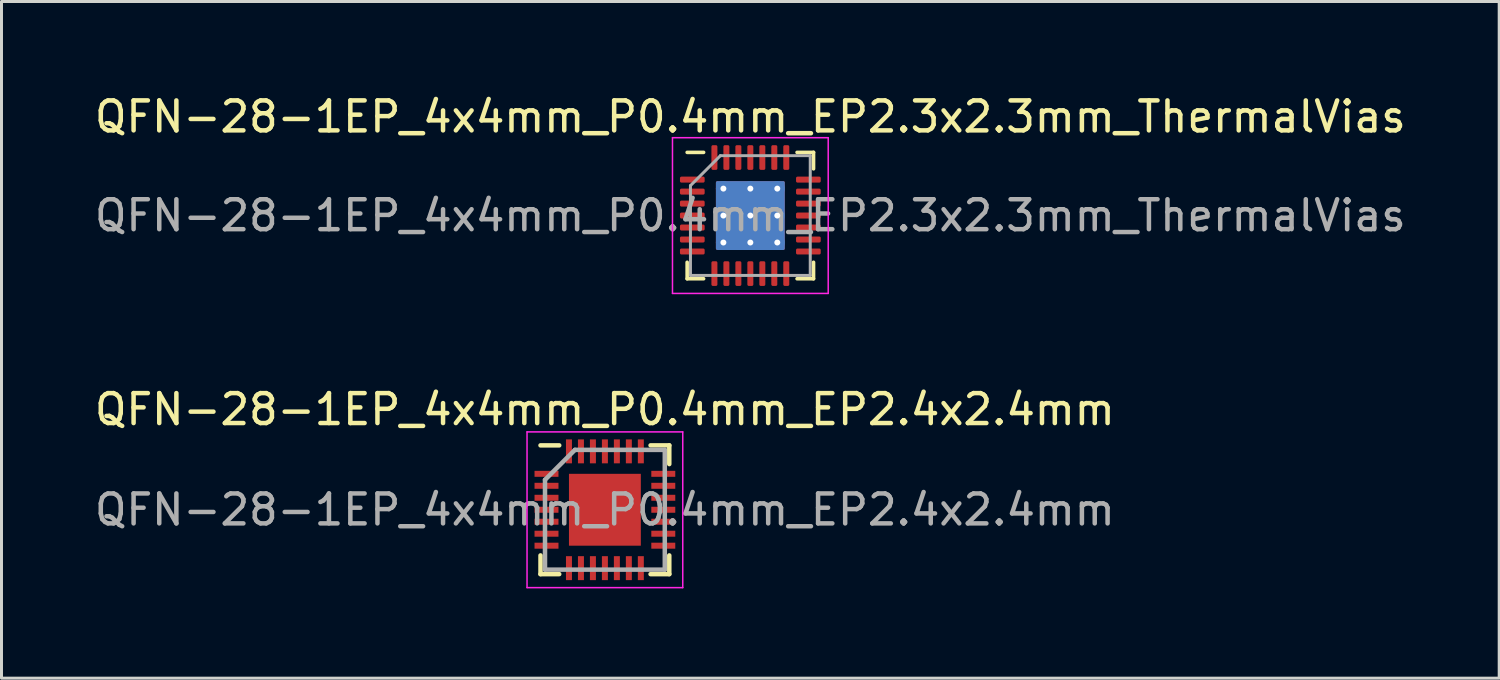
<source format=kicad_pcb>
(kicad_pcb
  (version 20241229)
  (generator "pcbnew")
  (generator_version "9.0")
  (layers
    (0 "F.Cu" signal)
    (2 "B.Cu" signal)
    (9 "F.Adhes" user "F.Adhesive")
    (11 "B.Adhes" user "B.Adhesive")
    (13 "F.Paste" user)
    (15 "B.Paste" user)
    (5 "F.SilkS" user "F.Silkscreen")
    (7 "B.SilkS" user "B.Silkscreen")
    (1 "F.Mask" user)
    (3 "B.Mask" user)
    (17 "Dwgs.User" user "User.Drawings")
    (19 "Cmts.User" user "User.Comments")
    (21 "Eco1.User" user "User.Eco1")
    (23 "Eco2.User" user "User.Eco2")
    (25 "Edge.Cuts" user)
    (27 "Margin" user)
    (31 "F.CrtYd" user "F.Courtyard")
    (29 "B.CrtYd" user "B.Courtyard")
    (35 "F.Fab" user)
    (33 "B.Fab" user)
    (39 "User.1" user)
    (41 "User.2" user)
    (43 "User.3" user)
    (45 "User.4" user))
  (footprint "QFN-28-1EP_4x4mm_P0.4mm_EP2.3x2.3mm_ThermalVias"
    (layer "F.Cu")
    (at 22.006 4.148)
    (property "Reference" "QFN-28-1EP_4x4mm_P0.4mm_EP2.3x2.3mm_ThermalVias" (at 0 -3.3 0) (layer "F.SilkS") (effects (font (size 1 1) (thickness 0.15))))
    (attr smd)
    (fp_line (start -2.11 2.11) (end -2.11 1.56) (stroke (width 0.12) (type solid)) (layer "F.SilkS"))
    (fp_line (start -1.56 -2.11) (end -2.11 -2.11) (stroke (width 0.12) (type solid)) (layer "F.SilkS"))
    (fp_line (start -1.56 2.11) (end -2.11 2.11) (stroke (width 0.12) (type solid)) (layer "F.SilkS"))
    (fp_line (start 1.56 -2.11) (end 2.11 -2.11) (stroke (width 0.12) (type solid)) (layer "F.SilkS"))
    (fp_line (start 1.56 2.11) (end 2.11 2.11) (stroke (width 0.12) (type solid)) (layer "F.SilkS"))
    (fp_line (start 2.11 -2.11) (end 2.11 -1.56) (stroke (width 0.12) (type solid)) (layer "F.SilkS"))
    (fp_line (start 2.11 2.11) (end 2.11 1.56) (stroke (width 0.12) (type solid)) (layer "F.SilkS"))
    (fp_line (start -2.6 -2.6) (end -2.6 2.6) (stroke (width 0.05) (type solid)) (layer "F.CrtYd"))
    (fp_line (start -2.6 2.6) (end 2.6 2.6) (stroke (width 0.05) (type solid)) (layer "F.CrtYd"))
    (fp_line (start 2.6 -2.6) (end -2.6 -2.6) (stroke (width 0.05) (type solid)) (layer "F.CrtYd"))
    (fp_line (start 2.6 2.6) (end 2.6 -2.6) (stroke (width 0.05) (type solid)) (layer "F.CrtYd"))
    (fp_line (start -2 -1) (end -1 -2) (stroke (width 0.1) (type solid)) (layer "F.Fab"))
    (fp_line (start -2 2) (end -2 -1) (stroke (width 0.1) (type solid)) (layer "F.Fab"))
    (fp_line (start -1 -2) (end 2 -2) (stroke (width 0.1) (type solid)) (layer "F.Fab"))
    (fp_line (start 2 -2) (end 2 2) (stroke (width 0.1) (type solid)) (layer "F.Fab"))
    (fp_line (start 2 2) (end -2 2) (stroke (width 0.1) (type solid)) (layer "F.Fab"))
    (fp_text user "${REFERENCE}" (at 0 0 0) (layer "F.Fab") (effects (font (size 1 1) (thickness 0.15))))
    (pad "" smd roundrect (at -0.575 -0.575) (size 1 1) (layers "F.Paste") (roundrect_rratio 0.25))
    (pad "" smd roundrect (at -0.575 0.575) (size 1 1) (layers "F.Paste") (roundrect_rratio 0.25))
    (pad "" smd roundrect (at 0.575 -0.575) (size 1 1) (layers "F.Paste") (roundrect_rratio 0.25))
    (pad "" smd roundrect (at 0.575 0.575) (size 1 1) (layers "F.Paste") (roundrect_rratio 0.25))
    (pad "1" smd roundrect (at -1.938 -1.2) (size 0.825 0.2) (layers "F.Cu" "F.Mask" "F.Paste") (roundrect_rratio 0.25))
    (pad "2" smd roundrect (at -1.938 -0.8) (size 0.825 0.2) (layers "F.Cu" "F.Mask" "F.Paste") (roundrect_rratio 0.25))
    (pad "3" smd roundrect (at -1.938 -0.4) (size 0.825 0.2) (layers "F.Cu" "F.Mask" "F.Paste") (roundrect_rratio 0.25))
    (pad "4" smd roundrect (at -1.938 0) (size 0.825 0.2) (layers "F.Cu" "F.Mask" "F.Paste") (roundrect_rratio 0.25))
    (pad "5" smd roundrect (at -1.938 0.4) (size 0.825 0.2) (layers "F.Cu" "F.Mask" "F.Paste") (roundrect_rratio 0.25))
    (pad "6" smd roundrect (at -1.938 0.8) (size 0.825 0.2) (layers "F.Cu" "F.Mask" "F.Paste") (roundrect_rratio 0.25))
    (pad "7" smd roundrect (at -1.938 1.2) (size 0.825 0.2) (layers "F.Cu" "F.Mask" "F.Paste") (roundrect_rratio 0.25))
    (pad "8" smd roundrect (at -1.2 1.938) (size 0.2 0.825) (layers "F.Cu" "F.Mask" "F.Paste") (roundrect_rratio 0.25))
    (pad "9" smd roundrect (at -0.8 1.938) (size 0.2 0.825) (layers "F.Cu" "F.Mask" "F.Paste") (roundrect_rratio 0.25))
    (pad "10" smd roundrect (at -0.4 1.938) (size 0.2 0.825) (layers "F.Cu" "F.Mask" "F.Paste") (roundrect_rratio 0.25))
    (pad "11" smd roundrect (at 0 1.938) (size 0.2 0.825) (layers "F.Cu" "F.Mask" "F.Paste") (roundrect_rratio 0.25))
    (pad "12" smd roundrect (at 0.4 1.938) (size 0.2 0.825) (layers "F.Cu" "F.Mask" "F.Paste") (roundrect_rratio 0.25))
    (pad "13" smd roundrect (at 0.8 1.938) (size 0.2 0.825) (layers "F.Cu" "F.Mask" "F.Paste") (roundrect_rratio 0.25))
    (pad "14" smd roundrect (at 1.2 1.938) (size 0.2 0.825) (layers "F.Cu" "F.Mask" "F.Paste") (roundrect_rratio 0.25))
    (pad "15" smd roundrect (at 1.938 1.2) (size 0.825 0.2) (layers "F.Cu" "F.Mask" "F.Paste") (roundrect_rratio 0.25))
    (pad "16" smd roundrect (at 1.938 0.8) (size 0.825 0.2) (layers "F.Cu" "F.Mask" "F.Paste") (roundrect_rratio 0.25))
    (pad "17" smd roundrect (at 1.938 0.4) (size 0.825 0.2) (layers "F.Cu" "F.Mask" "F.Paste") (roundrect_rratio 0.25))
    (pad "18" smd roundrect (at 1.938 0) (size 0.825 0.2) (layers "F.Cu" "F.Mask" "F.Paste") (roundrect_rratio 0.25))
    (pad "19" smd roundrect (at 1.938 -0.4) (size 0.825 0.2) (layers "F.Cu" "F.Mask" "F.Paste") (roundrect_rratio 0.25))
    (pad "20" smd roundrect (at 1.938 -0.8) (size 0.825 0.2) (layers "F.Cu" "F.Mask" "F.Paste") (roundrect_rratio 0.25))
    (pad "21" smd roundrect (at 1.938 -1.2) (size 0.825 0.2) (layers "F.Cu" "F.Mask" "F.Paste") (roundrect_rratio 0.25))
    (pad "22" smd roundrect (at 1.2 -1.938) (size 0.2 0.825) (layers "F.Cu" "F.Mask" "F.Paste") (roundrect_rratio 0.25))
    (pad "23" smd roundrect (at 0.8 -1.938) (size 0.2 0.825) (layers "F.Cu" "F.Mask" "F.Paste") (roundrect_rratio 0.25))
    (pad "24" smd roundrect (at 0.4 -1.938) (size 0.2 0.825) (layers "F.Cu" "F.Mask" "F.Paste") (roundrect_rratio 0.25))
    (pad "25" smd roundrect (at 0 -1.938) (size 0.2 0.825) (layers "F.Cu" "F.Mask" "F.Paste") (roundrect_rratio 0.25))
    (pad "26" smd roundrect (at -0.4 -1.938) (size 0.2 0.825) (layers "F.Cu" "F.Mask" "F.Paste") (roundrect_rratio 0.25))
    (pad "27" smd roundrect (at -0.8 -1.938) (size 0.2 0.825) (layers "F.Cu" "F.Mask" "F.Paste") (roundrect_rratio 0.25))
    (pad "28" smd roundrect (at -1.2 -1.938) (size 0.2 0.825) (layers "F.Cu" "F.Mask" "F.Paste") (roundrect_rratio 0.25))
    (pad "29" thru_hole circle (at -0.9 -0.9) (size 0.5 0.5) (drill 0.2) (layers "*.Cu"))
    (pad "29" thru_hole circle (at -0.9 0) (size 0.5 0.5) (drill 0.2) (layers "*.Cu"))
    (pad "29" thru_hole circle (at -0.9 0.9) (size 0.5 0.5) (drill 0.2) (layers "*.Cu"))
    (pad "29" thru_hole circle (at 0 -0.9) (size 0.5 0.5) (drill 0.2) (layers "*.Cu"))
    (pad "29" thru_hole circle (at 0 0) (size 0.5 0.5) (drill 0.2) (layers "*.Cu"))
    (pad "29" smd roundrect (at 0 0) (size 2.3 2.3) (layers "F.Cu" "F.Mask") (roundrect_rratio 0.022))
    (pad "29" smd roundrect (at 0 0) (size 2.3 2.3) (layers "B.Cu") (roundrect_rratio 0.022))
    (pad "29" thru_hole circle (at 0 0.9) (size 0.5 0.5) (drill 0.2) (layers "*.Cu"))
    (pad "29" thru_hole circle (at 0.9 -0.9) (size 0.5 0.5) (drill 0.2) (layers "*.Cu"))
    (pad "29" thru_hole circle (at 0.9 0) (size 0.5 0.5) (drill 0.2) (layers "*.Cu"))
    (pad "29" thru_hole circle (at 0.9 0.9) (size 0.5 0.5) (drill 0.2) (layers "*.Cu")))
  (footprint "QFN-28-1EP_4x4mm_P0.4mm_EP2.4x2.4mm"
    (layer "F.Cu")
    (at 17.149 13.972)
    (property "Reference" "QFN-28-1EP_4x4mm_P0.4mm_EP2.4x2.4mm" (at 0 -3.35 0) (layer "F.SilkS") (effects (font (size 1 1) (thickness 0.15))))
    (attr smd)
    (fp_line (start -2.15 -2.15) (end -1.525 -2.15) (stroke (width 0.15) (type solid)) (layer "F.SilkS"))
    (fp_line (start -2.15 2.15) (end -2.15 1.525) (stroke (width 0.15) (type solid)) (layer "F.SilkS"))
    (fp_line (start -2.15 2.15) (end -1.525 2.15) (stroke (width 0.15) (type solid)) (layer "F.SilkS"))
    (fp_line (start 2.15 -2.15) (end 1.525 -2.15) (stroke (width 0.15) (type solid)) (layer "F.SilkS"))
    (fp_line (start 2.15 -2.15) (end 2.15 -1.525) (stroke (width 0.15) (type solid)) (layer "F.SilkS"))
    (fp_line (start 2.15 2.15) (end 1.525 2.15) (stroke (width 0.15) (type solid)) (layer "F.SilkS"))
    (fp_line (start 2.15 2.15) (end 2.15 1.525) (stroke (width 0.15) (type solid)) (layer "F.SilkS"))
    (fp_line (start -2.6 -2.6) (end -2.6 2.6) (stroke (width 0.05) (type solid)) (layer "F.CrtYd"))
    (fp_line (start -2.6 -2.6) (end 2.6 -2.6) (stroke (width 0.05) (type solid)) (layer "F.CrtYd"))
    (fp_line (start -2.6 2.6) (end 2.6 2.6) (stroke (width 0.05) (type solid)) (layer "F.CrtYd"))
    (fp_line (start 2.6 -2.6) (end 2.6 2.6) (stroke (width 0.05) (type solid)) (layer "F.CrtYd"))
    (fp_line (start -2 -1) (end -1 -2) (stroke (width 0.15) (type solid)) (layer "F.Fab"))
    (fp_line (start -2 2) (end -2 -1) (stroke (width 0.15) (type solid)) (layer "F.Fab"))
    (fp_line (start -1 -2) (end 2 -2) (stroke (width 0.15) (type solid)) (layer "F.Fab"))
    (fp_line (start 2 -2) (end 2 2) (stroke (width 0.15) (type solid)) (layer "F.Fab"))
    (fp_line (start 2 2) (end -2 2) (stroke (width 0.15) (type solid)) (layer "F.Fab"))
    (fp_text user "${REFERENCE}" (at 0 0 0) (layer "F.Fab") (effects (font (size 1 1) (thickness 0.15))))
    (pad "" smd rect (at -0.6 -0.6) (size 0.97 0.97) (layers "F.Paste"))
    (pad "" smd rect (at -0.6 0.6) (size 0.97 0.97) (layers "F.Paste"))
    (pad "" smd rect (at 0.6 -0.6) (size 0.97 0.97) (layers "F.Paste"))
    (pad "" smd rect (at 0.6 0.6) (size 0.97 0.97) (layers "F.Paste"))
    (pad "1" smd rect (at -1.95 -1.2) (size 0.8 0.2) (layers "F.Cu" "F.Mask" "F.Paste"))
    (pad "2" smd rect (at -1.95 -0.8) (size 0.8 0.2) (layers "F.Cu" "F.Mask" "F.Paste"))
    (pad "3" smd rect (at -1.95 -0.4) (size 0.8 0.2) (layers "F.Cu" "F.Mask" "F.Paste"))
    (pad "4" smd rect (at -1.95 0) (size 0.8 0.2) (layers "F.Cu" "F.Mask" "F.Paste"))
    (pad "5" smd rect (at -1.95 0.4) (size 0.8 0.2) (layers "F.Cu" "F.Mask" "F.Paste"))
    (pad "6" smd rect (at -1.95 0.8) (size 0.8 0.2) (layers "F.Cu" "F.Mask" "F.Paste"))
    (pad "7" smd rect (at -1.95 1.2) (size 0.8 0.2) (layers "F.Cu" "F.Mask" "F.Paste"))
    (pad "8" smd rect (at -1.2 1.95 90) (size 0.8 0.2) (layers "F.Cu" "F.Mask" "F.Paste"))
    (pad "9" smd rect (at -0.8 1.95 90) (size 0.8 0.2) (layers "F.Cu" "F.Mask" "F.Paste"))
    (pad "10" smd rect (at -0.4 1.95 90) (size 0.8 0.2) (layers "F.Cu" "F.Mask" "F.Paste"))
    (pad "11" smd rect (at 0 1.95 90) (size 0.8 0.2) (layers "F.Cu" "F.Mask" "F.Paste"))
    (pad "12" smd rect (at 0.4 1.95 90) (size 0.8 0.2) (layers "F.Cu" "F.Mask" "F.Paste"))
    (pad "13" smd rect (at 0.8 1.95 90) (size 0.8 0.2) (layers "F.Cu" "F.Mask" "F.Paste"))
    (pad "14" smd rect (at 1.2 1.95 90) (size 0.8 0.2) (layers "F.Cu" "F.Mask" "F.Paste"))
    (pad "15" smd rect (at 1.95 1.2) (size 0.8 0.2) (layers "F.Cu" "F.Mask" "F.Paste"))
    (pad "16" smd rect (at 1.95 0.8) (size 0.8 0.2) (layers "F.Cu" "F.Mask" "F.Paste"))
    (pad "17" smd rect (at 1.95 0.4) (size 0.8 0.2) (layers "F.Cu" "F.Mask" "F.Paste"))
    (pad "18" smd rect (at 1.95 0) (size 0.8 0.2) (layers "F.Cu" "F.Mask" "F.Paste"))
    (pad "19" smd rect (at 1.95 -0.4) (size 0.8 0.2) (layers "F.Cu" "F.Mask" "F.Paste"))
    (pad "20" smd rect (at 1.95 -0.8) (size 0.8 0.2) (layers "F.Cu" "F.Mask" "F.Paste"))
    (pad "21" smd rect (at 1.95 -1.2) (size 0.8 0.2) (layers "F.Cu" "F.Mask" "F.Paste"))
    (pad "22" smd rect (at 1.2 -1.95 90) (size 0.8 0.2) (layers "F.Cu" "F.Mask" "F.Paste"))
    (pad "23" smd rect (at 0.8 -1.95 90) (size 0.8 0.2) (layers "F.Cu" "F.Mask" "F.Paste"))
    (pad "24" smd rect (at 0.4 -1.95 90) (size 0.8 0.2) (layers "F.Cu" "F.Mask" "F.Paste"))
    (pad "25" smd rect (at 0 -1.95 90) (size 0.8 0.2) (layers "F.Cu" "F.Mask" "F.Paste"))
    (pad "26" smd rect (at -0.4 -1.95 90) (size 0.8 0.2) (layers "F.Cu" "F.Mask" "F.Paste"))
    (pad "27" smd rect (at -0.8 -1.95 90) (size 0.8 0.2) (layers "F.Cu" "F.Mask" "F.Paste"))
    (pad "28" smd rect (at -1.2 -1.95 90) (size 0.8 0.2) (layers "F.Cu" "F.Mask" "F.Paste"))
    (pad "29" smd rect (at 0 0) (size 2.4 2.4) (layers "F.Cu" "F.Mask")))
  (gr_rect
    (start -3 -3)
    (end 47.012 19.596)
    (stroke (width 0.1) (type default))
    (fill no)
    (layer "Edge.Cuts")))
</source>
